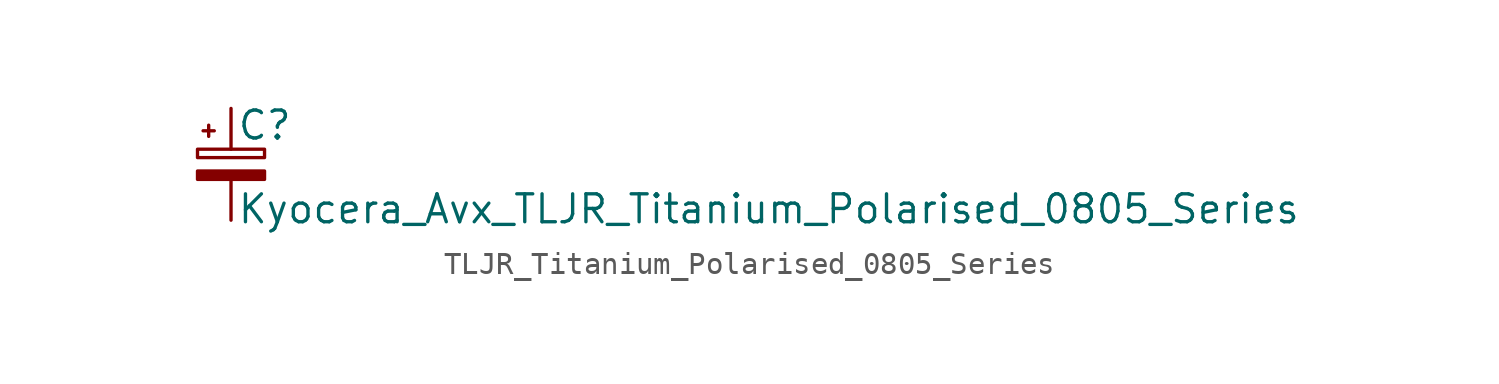
<source format=kicad_sym>
(kicad_symbol_lib
  (version 20241209)
  (generator "kicad_symbol_editor")
  (generator_version "9.0")
  (symbol "TLJR_Titanium_Polarised_0805_Series"
    (pin_numbers
      (hide yes))
    (pin_names
      (offset 0.254)
      (hide yes))
    (property "Reference" "C"
      (at 0.254 1.778 0)
      (effects (font (size 1.27 1.27)) (justify left)))
    (property "Value" "Kyocera_Avx_TLJR_Titanium_Polarised_0805_Series"
      (at 0.254 -2.032 0)
      (effects (font (size 1.27 1.27)) (justify left)))
    (symbol "TLJR_Titanium_Polarised_0805_Series_0_1"
      (rectangle (start -1.524 0.686) (end 1.524 0.305) (stroke (width 0) (type default)) (fill (type none)))
      (rectangle (start -1.524 -0.305) (end 1.524 -0.686) (stroke (width 0) (type default)) (fill (type outline)))
      (polyline (pts (xy -1.27 1.524) (xy -0.762 1.524)) (stroke (width 0) (type default)) (fill (type none)))
      (polyline (pts (xy -1.016 1.27) (xy -1.016 1.778)) (stroke (width 0) (type default)) (fill (type none))))
    (symbol "TLJR_Titanium_Polarised_0805_Series_1_1"
      (pin passive line (at 0 2.54 270) (length 1.854) (name "~" (effects (font (size 1.27 1.27)))) (number "1" (effects (font (size 1.27 1.27)))))
      (pin passive line (at 0 -2.54 90) (length 1.854) (name "~" (effects (font (size 1.27 1.27)))) (number "2" (effects (font (size 1.27 1.27))))))))
</source>
